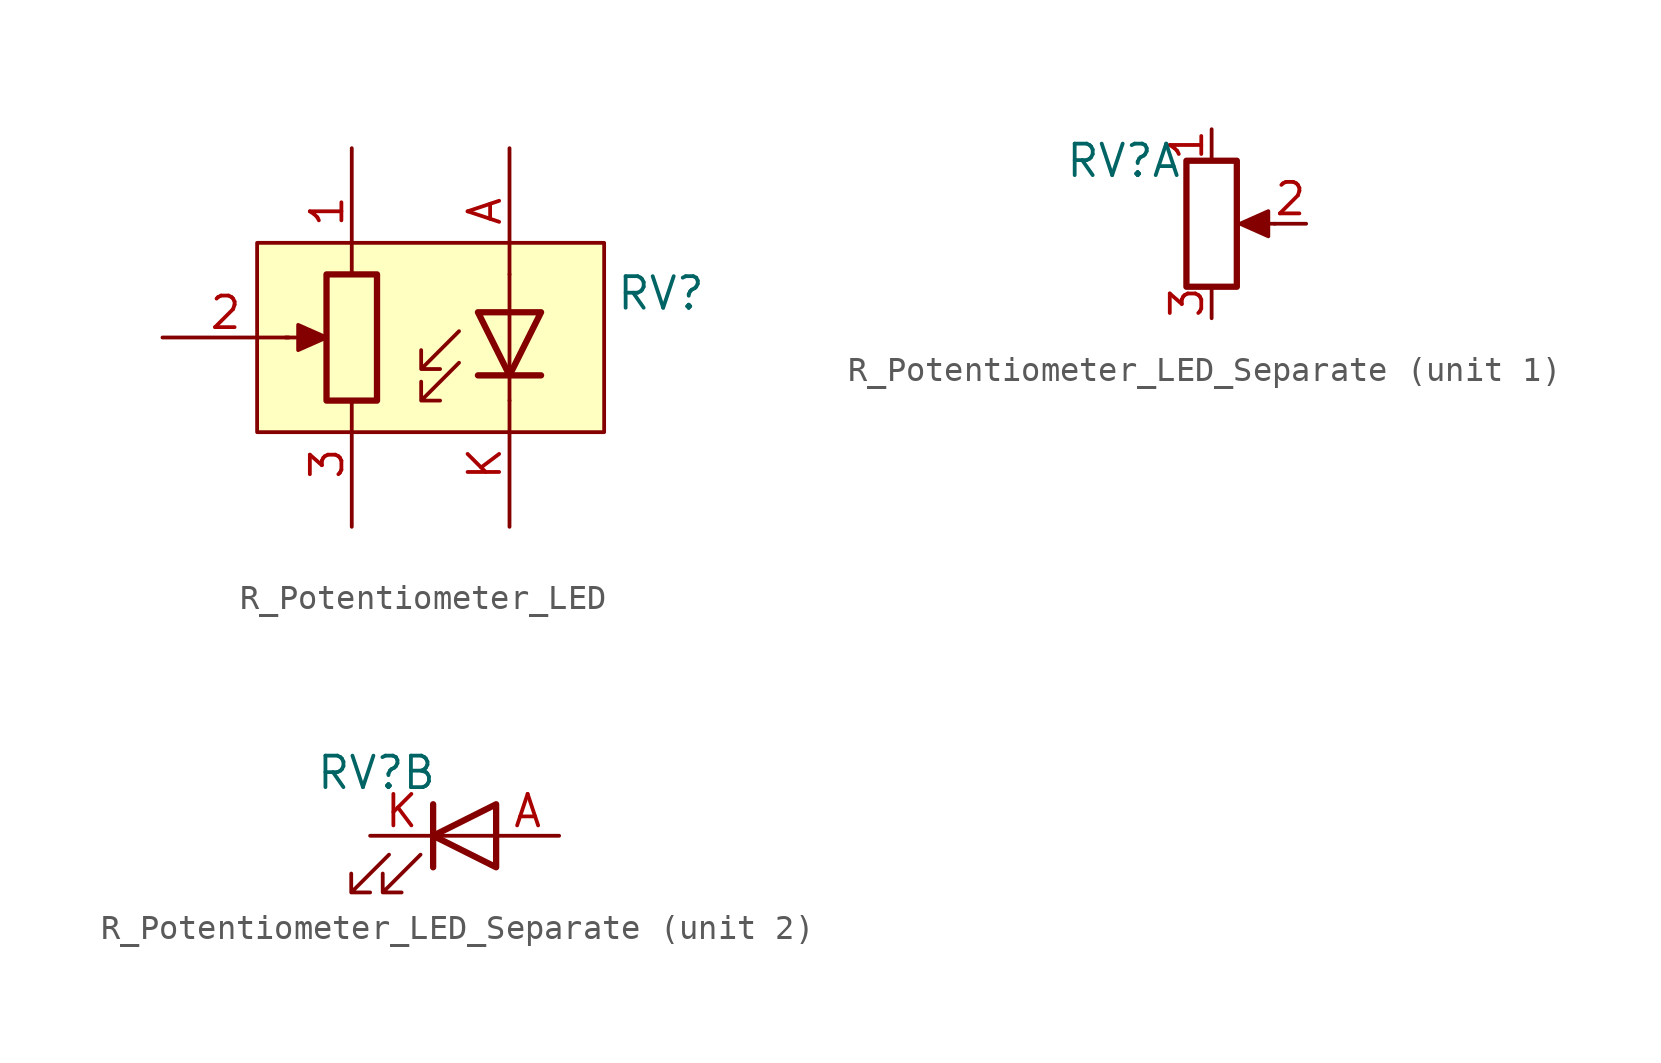
<source format=kicad_sym>
(kicad_symbol_lib
  (version 20241209)
  (generator "kicad_symbol_editor")
  (generator_version "9.0")
  (symbol "R_Potentiometer_LED"
    (pin_names
      (hide yes))
    (property "Reference" "RV"
      (at 9.906 1.778 0)
      (effects (font (size 1.27 1.27))))
    (property "Value" ""
      (at 0 0 0)
      (effects (font (size 1.27 1.27))))
    (symbol "R_Potentiometer_LED_0_1"
      (polyline (pts (xy -5.207 0) (xy -4.191 0)) (stroke (width 0) (type default)) (fill (type none)))
      (rectangle (start -3.556 2.54) (end -1.524 -2.54) (stroke (width 0.254) (type default)) (fill (type none)))
      (polyline (pts (xy -3.556 0) (xy -4.699 -0.508) (xy -4.699 0.508) (xy -3.556 0)) (stroke (width 0) (type default)) (fill (type outline)))
      (polyline (pts (xy 1.778 0.254) (xy 0.254 -1.27) (xy 0.254 -0.508) (xy 0.254 -1.27) (xy 1.016 -1.27)) (stroke (width 0) (type default)) (fill (type none)))
      (polyline (pts (xy 1.778 -1.016) (xy 0.254 -2.54) (xy 0.254 -1.778) (xy 0.254 -2.54) (xy 1.016 -2.54)) (stroke (width 0) (type default)) (fill (type none)))
      (polyline (pts (xy 3.81 2.54) (xy 3.81 1.016)) (stroke (width 0) (type default)) (fill (type none)))
      (polyline (pts (xy 3.81 -1.524) (xy 3.81 1.016)) (stroke (width 0) (type default)) (fill (type none)))
      (polyline (pts (xy 3.81 -2.54) (xy 3.81 -1.524)) (stroke (width 0) (type default)) (fill (type none)))
      (polyline (pts (xy 5.08 1.016) (xy 2.54 1.016) (xy 3.81 -1.524) (xy 5.08 1.016)) (stroke (width 0.254) (type default)) (fill (type none)))
      (polyline (pts (xy 5.08 -1.524) (xy 2.54 -1.524)) (stroke (width 0.254) (type default)) (fill (type none))))
    (symbol "R_Potentiometer_LED_1_1"
      (rectangle (start -6.35 3.81) (end 7.62 -3.81) (stroke (width 0) (type solid)) (fill (type background)))
      (pin passive line (at -10.16 0 0) (length 5.08) (name "~" (effects (font (size 1.27 1.27)))) (number "2" (effects (font (size 1.27 1.27)))))
      (pin passive line (at -2.54 7.62 270) (length 5.08) (name "~" (effects (font (size 1.27 1.27)))) (number "1" (effects (font (size 1.27 1.27)))))
      (pin passive line (at -2.54 -7.62 90) (length 5.08) (name "~" (effects (font (size 1.27 1.27)))) (number "3" (effects (font (size 1.27 1.27)))))
      (pin passive line (at 3.81 7.62 270) (length 5.08) (name "~" (effects (font (size 1.27 1.27)))) (number "A" (effects (font (size 1.27 1.27)))))
      (pin passive line (at 3.81 -7.62 90) (length 5.08) (name "~" (effects (font (size 1.27 1.27)))) (number "K" (effects (font (size 1.27 1.27)))))))
  (symbol "R_Potentiometer_LED_Separate"
    (pin_names
      (hide yes))
    (property "Reference" "RV"
      (at -3.556 2.54 0)
      (effects (font (size 1.27 1.27))))
    (property "Value" ""
      (at 0 0 0)
      (effects (font (size 1.27 1.27))))
    (property "ki_locked" ""
      (at 0 0 0)
      (effects (font (size 1.27 1.27))))
    (symbol "R_Potentiometer_LED_Separate_1_1"
      (rectangle (start -1.016 2.54) (end 1.016 -2.54) (stroke (width 0.254) (type solid)) (fill (type none)))
      (polyline (pts (xy 1.143 0) (xy 2.286 0.508) (xy 2.286 -0.508) (xy 1.143 0)) (stroke (width 0) (type solid)) (fill (type outline)))
      (polyline (pts (xy 2.54 0) (xy 1.524 0)) (stroke (width 0) (type solid)) (fill (type none)))
      (pin passive line (at 0 3.81 270) (length 1.27) (name "~" (effects (font (size 1.27 1.27)))) (number "1" (effects (font (size 1.27 1.27)))))
      (pin passive line (at 0 -3.81 90) (length 1.27) (name "~" (effects (font (size 1.27 1.27)))) (number "3" (effects (font (size 1.27 1.27)))))
      (pin passive line (at 3.81 0 180) (length 1.27) (name "~" (effects (font (size 1.27 1.27)))) (number "2" (effects (font (size 1.27 1.27))))))
    (symbol "R_Potentiometer_LED_Separate_2_1"
      (polyline (pts (xy -3.048 -0.762) (xy -4.572 -2.286) (xy -3.81 -2.286) (xy -4.572 -2.286) (xy -4.572 -1.524)) (stroke (width 0) (type solid)) (fill (type none)))
      (polyline (pts (xy -1.778 -0.762) (xy -3.302 -2.286) (xy -2.54 -2.286) (xy -3.302 -2.286) (xy -3.302 -1.524)) (stroke (width 0) (type solid)) (fill (type none)))
      (polyline (pts (xy -1.27 0) (xy 1.27 0)) (stroke (width 0) (type solid)) (fill (type none)))
      (polyline (pts (xy -1.27 -1.27) (xy -1.27 1.27)) (stroke (width 0.254) (type solid)) (fill (type none)))
      (polyline (pts (xy 1.27 -1.27) (xy 1.27 1.27) (xy -1.27 0) (xy 1.27 -1.27)) (stroke (width 0.254) (type solid)) (fill (type none)))
      (pin passive line (at -3.81 0 0) (length 2.54) (name "~" (effects (font (size 1.27 1.27)))) (number "K" (effects (font (size 1.27 1.27)))))
      (pin passive line (at 3.81 0 180) (length 2.54) (name "~" (effects (font (size 1.27 1.27)))) (number "A" (effects (font (size 1.27 1.27))))))))
</source>
